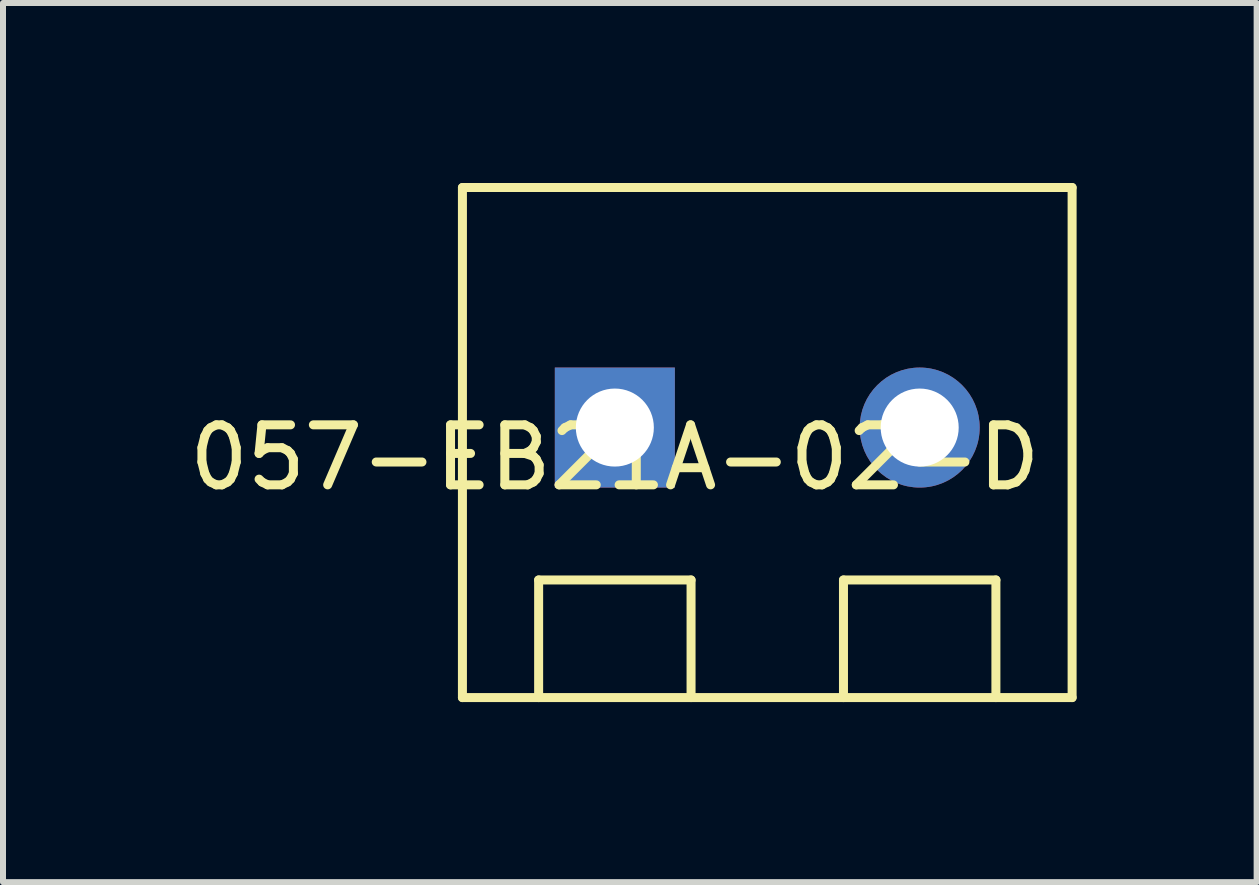
<source format=kicad_pcb>
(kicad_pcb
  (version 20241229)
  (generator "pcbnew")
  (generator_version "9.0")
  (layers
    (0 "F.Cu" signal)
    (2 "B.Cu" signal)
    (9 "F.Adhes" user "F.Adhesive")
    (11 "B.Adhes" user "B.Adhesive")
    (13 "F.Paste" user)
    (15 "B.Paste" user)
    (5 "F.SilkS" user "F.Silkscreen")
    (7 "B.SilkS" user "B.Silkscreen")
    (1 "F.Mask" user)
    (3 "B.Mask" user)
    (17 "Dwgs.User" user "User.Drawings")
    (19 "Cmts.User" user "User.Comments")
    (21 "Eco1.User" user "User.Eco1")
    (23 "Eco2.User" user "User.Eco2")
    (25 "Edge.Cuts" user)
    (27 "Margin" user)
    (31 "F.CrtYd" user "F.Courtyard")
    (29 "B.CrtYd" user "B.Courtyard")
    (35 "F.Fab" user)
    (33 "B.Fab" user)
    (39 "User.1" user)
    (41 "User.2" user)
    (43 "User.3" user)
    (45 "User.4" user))
  (footprint "057-EB21A-02-D"
    (layer "F.Cu")
    (at 7.196 4.075)
    (property "Reference" "057-EB21A-02-D" (at 0 0.5 0) (layer "F.SilkS") (effects (font (size 1 1) (thickness 0.15))))
    (attr through_hole)
    (fp_line (start -2.54 -4) (end -2.54 4.5) (stroke (width 0.15) (type solid)) (layer "F.SilkS"))
    (fp_line (start -2.54 -4) (end 7.62 -4) (stroke (width 0.15) (type solid)) (layer "F.SilkS"))
    (fp_line (start -1.27 2.54) (end -1.27 4.5) (stroke (width 0.15) (type solid)) (layer "F.SilkS"))
    (fp_line (start -1.27 2.54) (end 1.27 2.54) (stroke (width 0.15) (type solid)) (layer "F.SilkS"))
    (fp_line (start 1.27 2.54) (end 1.27 4.5) (stroke (width 0.15) (type solid)) (layer "F.SilkS"))
    (fp_line (start 3.81 2.54) (end 6.35 2.54) (stroke (width 0.15) (type solid)) (layer "F.SilkS"))
    (fp_line (start 3.81 4.5) (end 3.81 2.54) (stroke (width 0.15) (type solid)) (layer "F.SilkS"))
    (fp_line (start 6.35 2.54) (end 6.35 4.5) (stroke (width 0.15) (type solid)) (layer "F.SilkS"))
    (fp_line (start 7.62 -4) (end 7.62 4.5) (stroke (width 0.15) (type solid)) (layer "F.SilkS"))
    (fp_line (start 7.62 4.5) (end -2.54 4.5) (stroke (width 0.15) (type solid)) (layer "F.SilkS"))
    (pad "1" thru_hole rect (at 0 0) (size 2 2) (drill 1.3) (layers "*.Cu" "*.Mask"))
    (pad "2" thru_hole circle (at 5.08 0) (size 2 2) (drill 1.3) (layers "*.Cu" "*.Mask")))
  (gr_rect
    (start -3 -3)
    (end 17.891 11.65)
    (stroke (width 0.1) (type default))
    (fill no)
    (layer "Edge.Cuts")))
</source>
